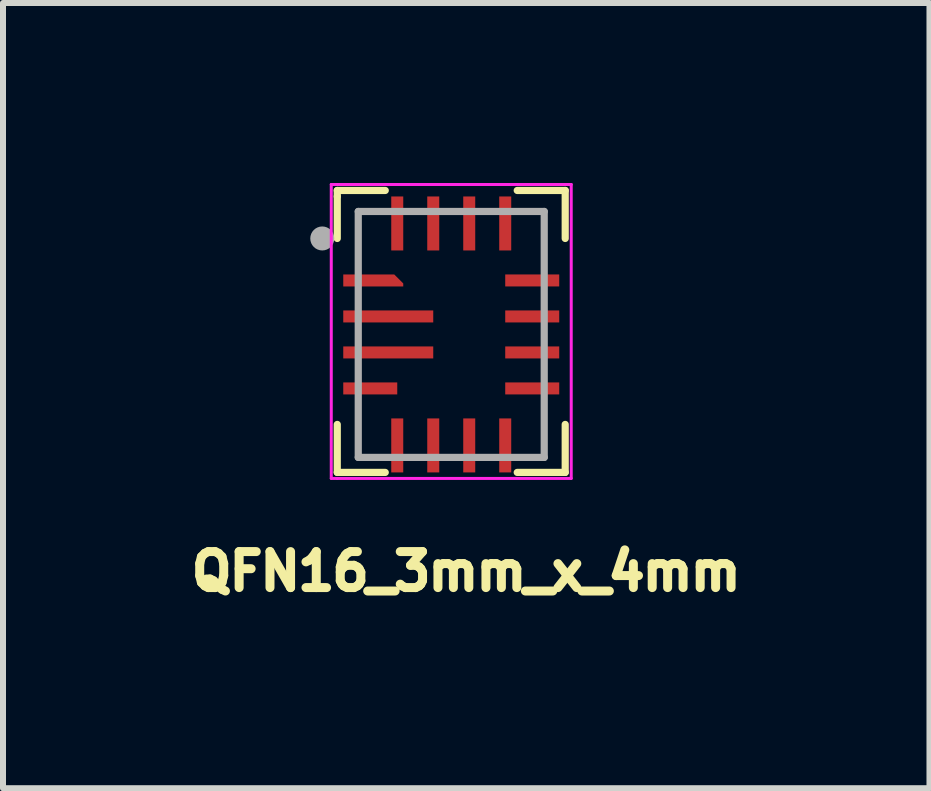
<source format=kicad_pcb>
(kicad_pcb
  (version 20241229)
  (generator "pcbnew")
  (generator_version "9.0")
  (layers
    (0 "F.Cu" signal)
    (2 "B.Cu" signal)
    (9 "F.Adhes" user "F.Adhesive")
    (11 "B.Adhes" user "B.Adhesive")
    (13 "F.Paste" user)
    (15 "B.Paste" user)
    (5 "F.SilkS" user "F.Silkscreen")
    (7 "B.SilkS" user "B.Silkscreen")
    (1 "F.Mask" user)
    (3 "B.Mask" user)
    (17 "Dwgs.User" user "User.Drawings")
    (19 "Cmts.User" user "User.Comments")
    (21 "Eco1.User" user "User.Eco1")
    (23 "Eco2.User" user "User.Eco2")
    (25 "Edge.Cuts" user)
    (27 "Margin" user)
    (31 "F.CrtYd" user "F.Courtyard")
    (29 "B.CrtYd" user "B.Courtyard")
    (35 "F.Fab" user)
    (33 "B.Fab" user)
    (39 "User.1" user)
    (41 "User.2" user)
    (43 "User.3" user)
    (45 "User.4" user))
  (footprint "QFN16_3mm_x_4mm"
    (layer "F.Cu")
    (at 4.472 2.525)
    (property "Reference" "QFN16_3mm_x_4mm" (at 0.25 3.95 0) (layer "F.SilkS") (effects (font (size 0.6 0.6) (thickness 0.15))))
    (attr through_hole)
    (fp_line (start -1.9 -2.4) (end -1.1 -2.4) (stroke (width 0.12) (type solid)) (layer "F.SilkS"))
    (fp_line (start -1.9 -2.3) (end -1.9 -2.4) (stroke (width 0.12) (type solid)) (layer "F.SilkS"))
    (fp_line (start -1.9 -2.3) (end -1.9 -1.6) (stroke (width 0.12) (type solid)) (layer "F.SilkS"))
    (fp_line (start -1.9 2.3) (end -1.9 1.5) (stroke (width 0.12) (type solid)) (layer "F.SilkS"))
    (fp_line (start -1.1 2.3) (end -1.9 2.3) (stroke (width 0.12) (type solid)) (layer "F.SilkS"))
    (fp_line (start 1.1 2.3) (end 1.9 2.3) (stroke (width 0.12) (type solid)) (layer "F.SilkS"))
    (fp_line (start 1.9 -2.4) (end 1.1 -2.4) (stroke (width 0.12) (type solid)) (layer "F.SilkS"))
    (fp_line (start 1.9 -1.6) (end 1.9 -2.4) (stroke (width 0.12) (type solid)) (layer "F.SilkS"))
    (fp_line (start 1.9 2.3) (end 1.9 1.5) (stroke (width 0.12) (type solid)) (layer "F.SilkS"))
    (fp_line (start -2 -2.5) (end -2 2.4) (stroke (width 0.05) (type solid)) (layer "F.CrtYd"))
    (fp_line (start -1.9 -2.5) (end -2 -2.5) (stroke (width 0.05) (type solid)) (layer "F.CrtYd"))
    (fp_line (start -1.9 -2.5) (end 2 -2.5) (stroke (width 0.05) (type solid)) (layer "F.CrtYd"))
    (fp_line (start -1.9 2.4) (end -2 2.4) (stroke (width 0.05) (type solid)) (layer "F.CrtYd"))
    (fp_line (start -1.9 2.4) (end 2 2.4) (stroke (width 0.05) (type solid)) (layer "F.CrtYd"))
    (fp_line (start 2 -2.5) (end 2 2.4) (stroke (width 0.05) (type solid)) (layer "F.CrtYd"))
    (fp_line (start -1.55 -2.05) (end 1.55 -2.05) (stroke (width 0.12) (type solid)) (layer "F.Fab"))
    (fp_line (start -1.55 2.05) (end -1.55 -2.05) (stroke (width 0.12) (type solid)) (layer "F.Fab"))
    (fp_line (start 1.55 -2.05) (end 1.55 2.05) (stroke (width 0.12) (type solid)) (layer "F.Fab"))
    (fp_line (start 1.55 2.05) (end -1.55 2.05) (stroke (width 0.12) (type solid)) (layer "F.Fab"))
    (fp_circle (center -2.15 -1.6) (end -2.05 -1.6) (stroke (width 0.2) (type solid)) (fill no) (layer "F.Fab"))
    (pad "1" smd custom (at -1.375 -0.9) (size 0.85 0.2) (layers "F.Cu" "F.Mask" "F.Paste") (options (anchor rect)) (primitives (gr_poly (pts (xy 0.425 -0.1) (xy 0.575 0.05) (xy 0.575 0.1) (xy 0.425 0.1)) (width 0) (fill yes))))
    (pad "2" smd rect (at -1.05 -0.3) (size 1.5 0.2) (layers "F.Cu" "F.Mask" "F.Paste"))
    (pad "3" smd rect (at -1.05 0.3) (size 1.5 0.2) (layers "F.Cu" "F.Mask" "F.Paste"))
    (pad "4" smd rect (at -1.35 0.9) (size 0.9 0.2) (layers "F.Cu" "F.Mask" "F.Paste"))
    (pad "5" smd rect (at -0.9 1.85) (size 0.2 0.9) (layers "F.Cu" "F.Mask" "F.Paste"))
    (pad "6" smd rect (at -0.3 1.85) (size 0.2 0.9) (layers "F.Cu" "F.Mask" "F.Paste"))
    (pad "7" smd rect (at 0.3 1.85) (size 0.2 0.9) (layers "F.Cu" "F.Mask" "F.Paste"))
    (pad "8" smd rect (at 0.9 1.85) (size 0.2 0.9) (layers "F.Cu" "F.Mask" "F.Paste"))
    (pad "9" smd rect (at 1.35 0.9) (size 0.9 0.2) (layers "F.Cu" "F.Mask" "F.Paste"))
    (pad "10" smd rect (at 1.35 0.3) (size 0.9 0.2) (layers "F.Cu" "F.Mask" "F.Paste"))
    (pad "11" smd rect (at 1.35 -0.3) (size 0.9 0.2) (layers "F.Cu" "F.Mask" "F.Paste"))
    (pad "12" smd rect (at 1.35 -0.9) (size 0.9 0.2) (layers "F.Cu" "F.Mask" "F.Paste"))
    (pad "13" smd rect (at 0.9 -1.85) (size 0.2 0.9) (layers "F.Cu" "F.Mask" "F.Paste"))
    (pad "14" smd rect (at 0.3 -1.85) (size 0.2 0.9) (layers "F.Cu" "F.Mask" "F.Paste"))
    (pad "15" smd rect (at -0.3 -1.85) (size 0.2 0.9) (layers "F.Cu" "F.Mask" "F.Paste"))
    (pad "16" smd rect (at -0.9 -1.85) (size 0.2 0.9) (layers "F.Cu" "F.Mask" "F.Paste")))
  (gr_rect
    (start -3 -3)
    (end 12.444 10.089)
    (stroke (width 0.1) (type default))
    (fill no)
    (layer "Edge.Cuts")))
</source>
